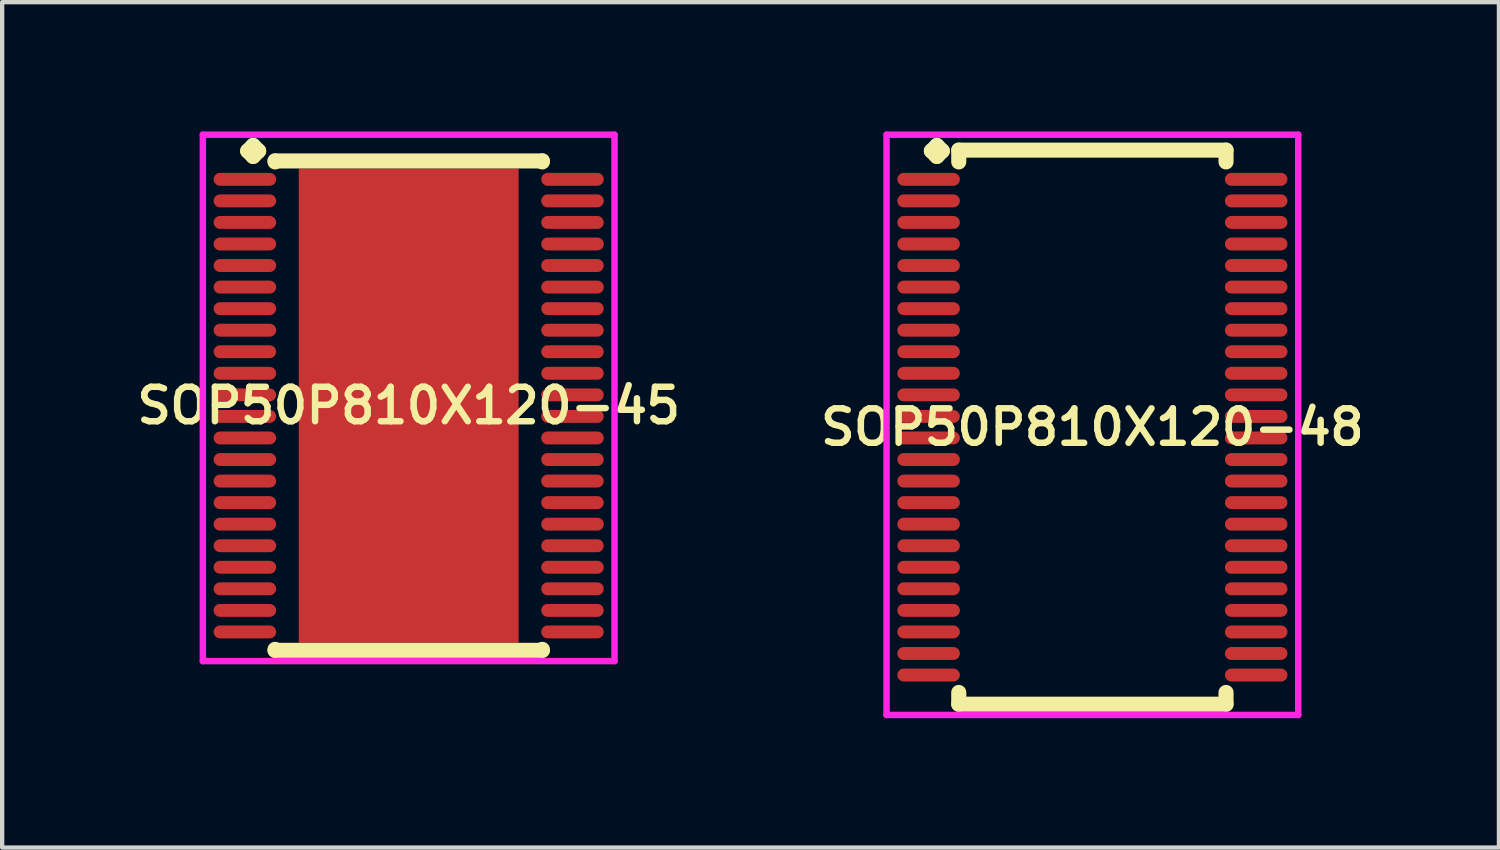
<source format=kicad_pcb>
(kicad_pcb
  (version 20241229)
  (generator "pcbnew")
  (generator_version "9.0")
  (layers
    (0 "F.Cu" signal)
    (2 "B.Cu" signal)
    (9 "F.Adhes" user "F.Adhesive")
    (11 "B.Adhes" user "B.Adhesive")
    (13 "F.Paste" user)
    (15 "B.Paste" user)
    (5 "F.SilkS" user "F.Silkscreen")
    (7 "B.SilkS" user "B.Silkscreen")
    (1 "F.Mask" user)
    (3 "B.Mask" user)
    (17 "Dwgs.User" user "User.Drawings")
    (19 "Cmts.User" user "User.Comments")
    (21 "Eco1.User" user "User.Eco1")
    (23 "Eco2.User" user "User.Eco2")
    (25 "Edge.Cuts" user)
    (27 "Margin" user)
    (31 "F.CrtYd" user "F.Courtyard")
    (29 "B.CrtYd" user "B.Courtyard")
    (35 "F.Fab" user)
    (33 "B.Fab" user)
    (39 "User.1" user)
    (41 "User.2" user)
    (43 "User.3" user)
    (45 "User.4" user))
  (footprint "SOP50P810X120-45"
    (layer "F.Cu")
    (at 6.431 6.36)
    (property "Reference" "SOP50P810X120-45" (at 0 0 0) (layer "F.SilkS") (effects (font (size 0.8 0.8) (thickness 0.15))))
    (attr through_hole)
    (fp_line (start -3.735 -5.908) (end -3.608 -6.035) (stroke (width 0.35) (type solid)) (layer "F.SilkS"))
    (fp_line (start -3.608 -6.035) (end -3.481 -5.908) (stroke (width 0.35) (type solid)) (layer "F.SilkS"))
    (fp_line (start -3.608 -5.781) (end -3.735 -5.908) (stroke (width 0.35) (type solid)) (layer "F.SilkS"))
    (fp_line (start -3.481 -5.908) (end -3.608 -5.781) (stroke (width 0.35) (type solid)) (layer "F.SilkS"))
    (fp_line (start -3.1 -5.677) (end 3.1 -5.677) (stroke (width 0.35) (type solid)) (layer "F.SilkS"))
    (fp_line (start -3.1 -5.654) (end -3.1 -5.677) (stroke (width 0.35) (type solid)) (layer "F.SilkS"))
    (fp_line (start -3.1 5.654) (end -3.1 5.677) (stroke (width 0.35) (type solid)) (layer "F.SilkS"))
    (fp_line (start -3.1 5.677) (end 3.1 5.677) (stroke (width 0.35) (type solid)) (layer "F.SilkS"))
    (fp_line (start 3.1 -5.677) (end 3.1 -5.654) (stroke (width 0.35) (type solid)) (layer "F.SilkS"))
    (fp_line (start 3.1 5.677) (end 3.1 5.654) (stroke (width 0.35) (type solid)) (layer "F.SilkS"))
    (fp_line (start -4.775 -6.285) (end 4.775 -6.285) (stroke (width 0.15) (type solid)) (layer "F.CrtYd"))
    (fp_line (start -4.775 5.927) (end -4.775 -6.285) (stroke (width 0.15) (type solid)) (layer "F.CrtYd"))
    (fp_line (start 4.775 -6.285) (end 4.775 5.927) (stroke (width 0.15) (type solid)) (layer "F.CrtYd"))
    (fp_line (start 4.775 5.927) (end -4.775 5.927) (stroke (width 0.15) (type solid)) (layer "F.CrtYd"))
    (pad "1" smd oval (at -3.8 -5.25) (size 1.45 0.3) (layers "F.Cu" "F.Mask" "F.Paste"))
    (pad "2" smd oval (at -3.8 -4.75) (size 1.45 0.3) (layers "F.Cu" "F.Mask" "F.Paste"))
    (pad "3" smd oval (at -3.8 -4.25) (size 1.45 0.3) (layers "F.Cu" "F.Mask" "F.Paste"))
    (pad "4" smd oval (at -3.8 -3.75) (size 1.45 0.3) (layers "F.Cu" "F.Mask" "F.Paste"))
    (pad "5" smd oval (at -3.8 -3.25) (size 1.45 0.3) (layers "F.Cu" "F.Mask" "F.Paste"))
    (pad "6" smd oval (at -3.8 -2.75) (size 1.45 0.3) (layers "F.Cu" "F.Mask" "F.Paste"))
    (pad "7" smd oval (at -3.8 -2.25) (size 1.45 0.3) (layers "F.Cu" "F.Mask" "F.Paste"))
    (pad "8" smd oval (at -3.8 -1.75) (size 1.45 0.3) (layers "F.Cu" "F.Mask" "F.Paste"))
    (pad "9" smd oval (at -3.8 -1.25) (size 1.45 0.3) (layers "F.Cu" "F.Mask" "F.Paste"))
    (pad "10" smd oval (at -3.8 -0.75) (size 1.45 0.3) (layers "F.Cu" "F.Mask" "F.Paste"))
    (pad "11" smd oval (at -3.8 -0.25) (size 1.45 0.3) (layers "F.Cu" "F.Mask" "F.Paste"))
    (pad "12" smd oval (at -3.8 0.25) (size 1.45 0.3) (layers "F.Cu" "F.Mask" "F.Paste"))
    (pad "13" smd oval (at -3.8 0.75) (size 1.45 0.3) (layers "F.Cu" "F.Mask" "F.Paste"))
    (pad "14" smd oval (at -3.8 1.25) (size 1.45 0.3) (layers "F.Cu" "F.Mask" "F.Paste"))
    (pad "15" smd oval (at -3.8 1.75) (size 1.45 0.3) (layers "F.Cu" "F.Mask" "F.Paste"))
    (pad "16" smd oval (at -3.8 2.25) (size 1.45 0.3) (layers "F.Cu" "F.Mask" "F.Paste"))
    (pad "17" smd oval (at -3.8 2.75) (size 1.45 0.3) (layers "F.Cu" "F.Mask" "F.Paste"))
    (pad "18" smd oval (at -3.8 3.25) (size 1.45 0.3) (layers "F.Cu" "F.Mask" "F.Paste"))
    (pad "19" smd oval (at -3.8 3.75) (size 1.45 0.3) (layers "F.Cu" "F.Mask" "F.Paste"))
    (pad "20" smd oval (at -3.8 4.25) (size 1.45 0.3) (layers "F.Cu" "F.Mask" "F.Paste"))
    (pad "21" smd oval (at -3.8 4.75) (size 1.45 0.3) (layers "F.Cu" "F.Mask" "F.Paste"))
    (pad "22" smd oval (at -3.8 5.25) (size 1.45 0.3) (layers "F.Cu" "F.Mask" "F.Paste"))
    (pad "23" smd oval (at 3.8 5.25) (size 1.45 0.3) (layers "F.Cu" "F.Mask" "F.Paste"))
    (pad "24" smd oval (at 3.8 4.75) (size 1.45 0.3) (layers "F.Cu" "F.Mask" "F.Paste"))
    (pad "25" smd oval (at 3.8 4.25) (size 1.45 0.3) (layers "F.Cu" "F.Mask" "F.Paste"))
    (pad "26" smd oval (at 3.8 3.75) (size 1.45 0.3) (layers "F.Cu" "F.Mask" "F.Paste"))
    (pad "27" smd oval (at 3.8 3.25) (size 1.45 0.3) (layers "F.Cu" "F.Mask" "F.Paste"))
    (pad "28" smd oval (at 3.8 2.75) (size 1.45 0.3) (layers "F.Cu" "F.Mask" "F.Paste"))
    (pad "29" smd oval (at 3.8 2.25) (size 1.45 0.3) (layers "F.Cu" "F.Mask" "F.Paste"))
    (pad "30" smd oval (at 3.8 1.75) (size 1.45 0.3) (layers "F.Cu" "F.Mask" "F.Paste"))
    (pad "31" smd oval (at 3.8 1.25) (size 1.45 0.3) (layers "F.Cu" "F.Mask" "F.Paste"))
    (pad "32" smd oval (at 3.8 0.75) (size 1.45 0.3) (layers "F.Cu" "F.Mask" "F.Paste"))
    (pad "33" smd oval (at 3.8 0.25) (size 1.45 0.3) (layers "F.Cu" "F.Mask" "F.Paste"))
    (pad "34" smd oval (at 3.8 -0.25) (size 1.45 0.3) (layers "F.Cu" "F.Mask" "F.Paste"))
    (pad "35" smd oval (at 3.8 -0.75) (size 1.45 0.3) (layers "F.Cu" "F.Mask" "F.Paste"))
    (pad "36" smd oval (at 3.8 -1.25) (size 1.45 0.3) (layers "F.Cu" "F.Mask" "F.Paste"))
    (pad "37" smd oval (at 3.8 -1.75) (size 1.45 0.3) (layers "F.Cu" "F.Mask" "F.Paste"))
    (pad "38" smd oval (at 3.8 -2.25) (size 1.45 0.3) (layers "F.Cu" "F.Mask" "F.Paste"))
    (pad "39" smd oval (at 3.8 -2.75) (size 1.45 0.3) (layers "F.Cu" "F.Mask" "F.Paste"))
    (pad "40" smd oval (at 3.8 -3.25) (size 1.45 0.3) (layers "F.Cu" "F.Mask" "F.Paste"))
    (pad "41" smd oval (at 3.8 -3.75) (size 1.45 0.3) (layers "F.Cu" "F.Mask" "F.Paste"))
    (pad "42" smd oval (at 3.8 -4.25) (size 1.45 0.3) (layers "F.Cu" "F.Mask" "F.Paste"))
    (pad "43" smd oval (at 3.8 -4.75) (size 1.45 0.3) (layers "F.Cu" "F.Mask" "F.Paste"))
    (pad "44" smd oval (at 3.8 -5.25) (size 1.45 0.3) (layers "F.Cu" "F.Mask" "F.Paste"))
    (pad "45" smd rect (at 0 0) (size 5.1 11) (layers "F.Cu" "F.Mask" "F.Paste")))
  (footprint "SOP50P810X120-48"
    (layer "F.Cu")
    (at 22.292 6.86)
    (property "Reference" "SOP50P810X120-48" (at 0 0 0) (layer "F.SilkS") (effects (font (size 0.8 0.8) (thickness 0.15))))
    (attr smd)
    (fp_line (start -3.735 -6.408) (end -3.608 -6.535) (stroke (width 0.35) (type solid)) (layer "F.SilkS"))
    (fp_line (start -3.608 -6.535) (end -3.481 -6.408) (stroke (width 0.35) (type solid)) (layer "F.SilkS"))
    (fp_line (start -3.608 -6.281) (end -3.735 -6.408) (stroke (width 0.35) (type solid)) (layer "F.SilkS"))
    (fp_line (start -3.481 -6.408) (end -3.608 -6.281) (stroke (width 0.35) (type solid)) (layer "F.SilkS"))
    (fp_line (start -3.1 -6.427) (end 3.1 -6.427) (stroke (width 0.35) (type solid)) (layer "F.SilkS"))
    (fp_line (start -3.1 -6.154) (end -3.1 -6.427) (stroke (width 0.35) (type solid)) (layer "F.SilkS"))
    (fp_line (start -3.1 6.154) (end -3.1 6.427) (stroke (width 0.35) (type solid)) (layer "F.SilkS"))
    (fp_line (start -3.1 6.427) (end 3.1 6.427) (stroke (width 0.35) (type solid)) (layer "F.SilkS"))
    (fp_line (start 3.1 -6.427) (end 3.1 -6.154) (stroke (width 0.35) (type solid)) (layer "F.SilkS"))
    (fp_line (start 3.1 6.427) (end 3.1 6.154) (stroke (width 0.35) (type solid)) (layer "F.SilkS"))
    (fp_line (start -4.775 -6.785) (end 4.775 -6.785) (stroke (width 0.15) (type solid)) (layer "F.CrtYd"))
    (fp_line (start -4.775 6.677) (end -4.775 -6.785) (stroke (width 0.15) (type solid)) (layer "F.CrtYd"))
    (fp_line (start 4.775 -6.785) (end 4.775 6.677) (stroke (width 0.15) (type solid)) (layer "F.CrtYd"))
    (fp_line (start 4.775 6.677) (end -4.775 6.677) (stroke (width 0.15) (type solid)) (layer "F.CrtYd"))
    (pad "1" smd oval (at -3.8 -5.75) (size 1.45 0.3) (layers "F.Cu" "F.Mask" "F.Paste"))
    (pad "2" smd oval (at -3.8 -5.25) (size 1.45 0.3) (layers "F.Cu" "F.Mask" "F.Paste"))
    (pad "3" smd oval (at -3.8 -4.75) (size 1.45 0.3) (layers "F.Cu" "F.Mask" "F.Paste"))
    (pad "4" smd oval (at -3.8 -4.25) (size 1.45 0.3) (layers "F.Cu" "F.Mask" "F.Paste"))
    (pad "5" smd oval (at -3.8 -3.75) (size 1.45 0.3) (layers "F.Cu" "F.Mask" "F.Paste"))
    (pad "6" smd oval (at -3.8 -3.25) (size 1.45 0.3) (layers "F.Cu" "F.Mask" "F.Paste"))
    (pad "7" smd oval (at -3.8 -2.75) (size 1.45 0.3) (layers "F.Cu" "F.Mask" "F.Paste"))
    (pad "8" smd oval (at -3.8 -2.25) (size 1.45 0.3) (layers "F.Cu" "F.Mask" "F.Paste"))
    (pad "9" smd oval (at -3.8 -1.75) (size 1.45 0.3) (layers "F.Cu" "F.Mask" "F.Paste"))
    (pad "10" smd oval (at -3.8 -1.25) (size 1.45 0.3) (layers "F.Cu" "F.Mask" "F.Paste"))
    (pad "11" smd oval (at -3.8 -0.75) (size 1.45 0.3) (layers "F.Cu" "F.Mask" "F.Paste"))
    (pad "12" smd oval (at -3.8 -0.25) (size 1.45 0.3) (layers "F.Cu" "F.Mask" "F.Paste"))
    (pad "13" smd oval (at -3.8 0.25) (size 1.45 0.3) (layers "F.Cu" "F.Mask" "F.Paste"))
    (pad "14" smd oval (at -3.8 0.75) (size 1.45 0.3) (layers "F.Cu" "F.Mask" "F.Paste"))
    (pad "15" smd oval (at -3.8 1.25) (size 1.45 0.3) (layers "F.Cu" "F.Mask" "F.Paste"))
    (pad "16" smd oval (at -3.8 1.75) (size 1.45 0.3) (layers "F.Cu" "F.Mask" "F.Paste"))
    (pad "17" smd oval (at -3.8 2.25) (size 1.45 0.3) (layers "F.Cu" "F.Mask" "F.Paste"))
    (pad "18" smd oval (at -3.8 2.75) (size 1.45 0.3) (layers "F.Cu" "F.Mask" "F.Paste"))
    (pad "19" smd oval (at -3.8 3.25) (size 1.45 0.3) (layers "F.Cu" "F.Mask" "F.Paste"))
    (pad "20" smd oval (at -3.8 3.75) (size 1.45 0.3) (layers "F.Cu" "F.Mask" "F.Paste"))
    (pad "21" smd oval (at -3.8 4.25) (size 1.45 0.3) (layers "F.Cu" "F.Mask" "F.Paste"))
    (pad "22" smd oval (at -3.8 4.75) (size 1.45 0.3) (layers "F.Cu" "F.Mask" "F.Paste"))
    (pad "23" smd oval (at -3.8 5.25) (size 1.45 0.3) (layers "F.Cu" "F.Mask" "F.Paste"))
    (pad "24" smd oval (at -3.8 5.75) (size 1.45 0.3) (layers "F.Cu" "F.Mask" "F.Paste"))
    (pad "25" smd oval (at 3.8 5.75) (size 1.45 0.3) (layers "F.Cu" "F.Mask" "F.Paste"))
    (pad "26" smd oval (at 3.8 5.25) (size 1.45 0.3) (layers "F.Cu" "F.Mask" "F.Paste"))
    (pad "27" smd oval (at 3.8 4.75) (size 1.45 0.3) (layers "F.Cu" "F.Mask" "F.Paste"))
    (pad "28" smd oval (at 3.8 4.25) (size 1.45 0.3) (layers "F.Cu" "F.Mask" "F.Paste"))
    (pad "29" smd oval (at 3.8 3.75) (size 1.45 0.3) (layers "F.Cu" "F.Mask" "F.Paste"))
    (pad "30" smd oval (at 3.8 3.25) (size 1.45 0.3) (layers "F.Cu" "F.Mask" "F.Paste"))
    (pad "31" smd oval (at 3.8 2.75) (size 1.45 0.3) (layers "F.Cu" "F.Mask" "F.Paste"))
    (pad "32" smd oval (at 3.8 2.25) (size 1.45 0.3) (layers "F.Cu" "F.Mask" "F.Paste"))
    (pad "33" smd oval (at 3.8 1.75) (size 1.45 0.3) (layers "F.Cu" "F.Mask" "F.Paste"))
    (pad "34" smd oval (at 3.8 1.25) (size 1.45 0.3) (layers "F.Cu" "F.Mask" "F.Paste"))
    (pad "35" smd oval (at 3.8 0.75) (size 1.45 0.3) (layers "F.Cu" "F.Mask" "F.Paste"))
    (pad "36" smd oval (at 3.8 0.25) (size 1.45 0.3) (layers "F.Cu" "F.Mask" "F.Paste"))
    (pad "37" smd oval (at 3.8 -0.25) (size 1.45 0.3) (layers "F.Cu" "F.Mask" "F.Paste"))
    (pad "38" smd oval (at 3.8 -0.75) (size 1.45 0.3) (layers "F.Cu" "F.Mask" "F.Paste"))
    (pad "39" smd oval (at 3.8 -1.25) (size 1.45 0.3) (layers "F.Cu" "F.Mask" "F.Paste"))
    (pad "40" smd oval (at 3.8 -1.75) (size 1.45 0.3) (layers "F.Cu" "F.Mask" "F.Paste"))
    (pad "41" smd oval (at 3.8 -2.25) (size 1.45 0.3) (layers "F.Cu" "F.Mask" "F.Paste"))
    (pad "42" smd oval (at 3.8 -2.75) (size 1.45 0.3) (layers "F.Cu" "F.Mask" "F.Paste"))
    (pad "43" smd oval (at 3.8 -3.25) (size 1.45 0.3) (layers "F.Cu" "F.Mask" "F.Paste"))
    (pad "44" smd oval (at 3.8 -3.75) (size 1.45 0.3) (layers "F.Cu" "F.Mask" "F.Paste"))
    (pad "45" smd oval (at 3.8 -4.25) (size 1.45 0.3) (layers "F.Cu" "F.Mask" "F.Paste"))
    (pad "46" smd oval (at 3.8 -4.75) (size 1.45 0.3) (layers "F.Cu" "F.Mask" "F.Paste"))
    (pad "47" smd oval (at 3.8 -5.25) (size 1.45 0.3) (layers "F.Cu" "F.Mask" "F.Paste"))
    (pad "48" smd oval (at 3.8 -5.75) (size 1.45 0.3) (layers "F.Cu" "F.Mask" "F.Paste")))
  (gr_rect
    (start -3 -3)
    (end 31.723 16.612)
    (stroke (width 0.1) (type default))
    (fill no)
    (layer "Edge.Cuts")))
</source>
